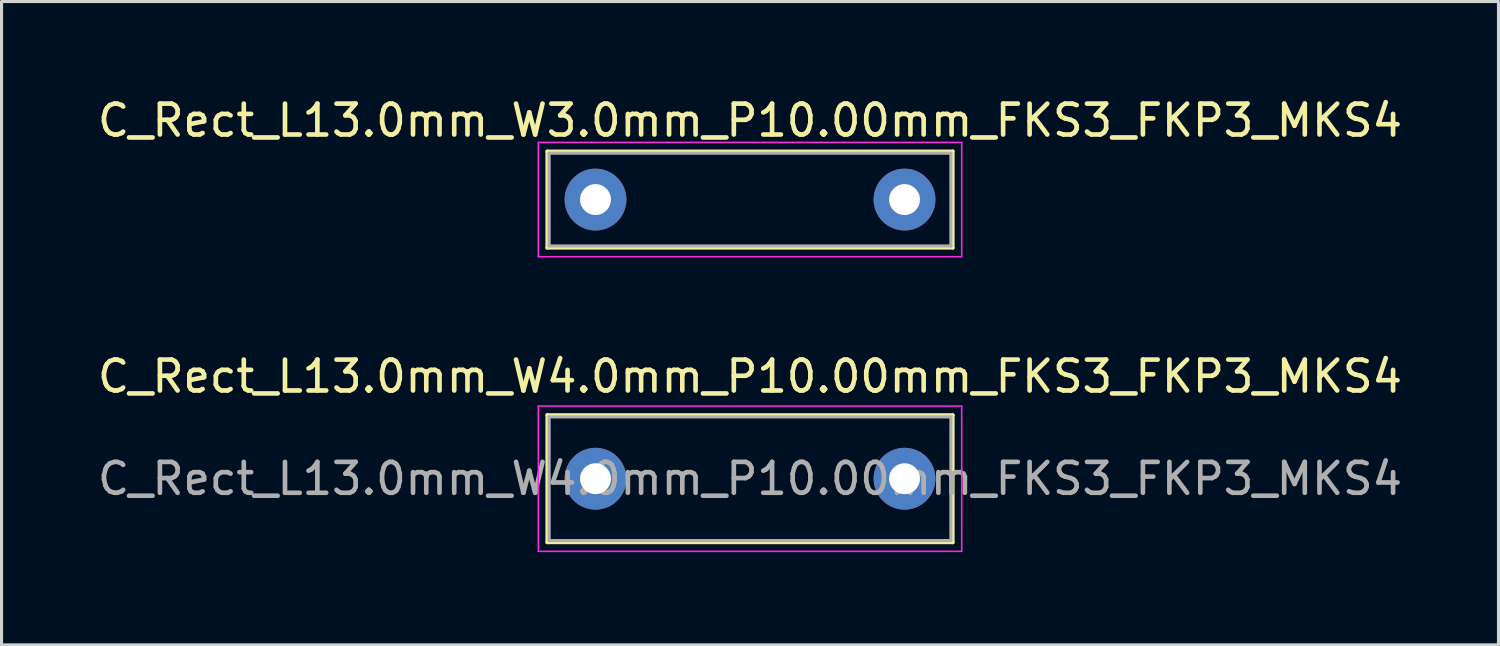
<source format=kicad_pcb>
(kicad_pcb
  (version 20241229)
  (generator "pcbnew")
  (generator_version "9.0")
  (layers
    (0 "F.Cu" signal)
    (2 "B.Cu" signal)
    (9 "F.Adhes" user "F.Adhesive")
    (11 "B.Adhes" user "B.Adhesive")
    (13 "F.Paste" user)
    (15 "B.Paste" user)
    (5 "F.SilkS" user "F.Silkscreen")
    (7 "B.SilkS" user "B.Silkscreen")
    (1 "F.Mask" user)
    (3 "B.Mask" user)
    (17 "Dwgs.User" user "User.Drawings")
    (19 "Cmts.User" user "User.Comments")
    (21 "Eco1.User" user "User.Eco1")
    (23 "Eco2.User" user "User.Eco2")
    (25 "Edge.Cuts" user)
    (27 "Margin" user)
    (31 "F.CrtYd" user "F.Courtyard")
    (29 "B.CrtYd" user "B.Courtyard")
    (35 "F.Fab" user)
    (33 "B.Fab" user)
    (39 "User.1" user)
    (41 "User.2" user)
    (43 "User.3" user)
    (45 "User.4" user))
  (footprint "C_Rect_L13.0mm_W3.0mm_P10.00mm_FKS3_FKP3_MKS4"
    (layer "F.Cu")
    (at 16.22 3.408)
    (property "Reference" "C_Rect_L13.0mm_W3.0mm_P10.00mm_FKS3_FKP3_MKS4" (at 5 -2.56 0) (layer "F.SilkS") (effects (font (size 1 1) (thickness 0.15))))
    (attr through_hole)
    (fp_line (start -1.56 -1.56) (end -1.56 1.56) (stroke (width 0.12) (type solid)) (layer "F.SilkS"))
    (fp_line (start -1.56 -1.56) (end 11.56 -1.56) (stroke (width 0.12) (type solid)) (layer "F.SilkS"))
    (fp_line (start -1.56 1.56) (end 11.56 1.56) (stroke (width 0.12) (type solid)) (layer "F.SilkS"))
    (fp_line (start 11.56 -1.56) (end 11.56 1.56) (stroke (width 0.12) (type solid)) (layer "F.SilkS"))
    (fp_line (start -1.85 -1.85) (end -1.85 1.85) (stroke (width 0.05) (type solid)) (layer "F.CrtYd"))
    (fp_line (start -1.85 1.85) (end 11.85 1.85) (stroke (width 0.05) (type solid)) (layer "F.CrtYd"))
    (fp_line (start 11.85 -1.85) (end -1.85 -1.85) (stroke (width 0.05) (type solid)) (layer "F.CrtYd"))
    (fp_line (start 11.85 1.85) (end 11.85 -1.85) (stroke (width 0.05) (type solid)) (layer "F.CrtYd"))
    (fp_line (start -1.5 -1.5) (end -1.5 1.5) (stroke (width 0.1) (type solid)) (layer "F.Fab"))
    (fp_line (start -1.5 1.5) (end 11.5 1.5) (stroke (width 0.1) (type solid)) (layer "F.Fab"))
    (fp_line (start 11.5 -1.5) (end -1.5 -1.5) (stroke (width 0.1) (type solid)) (layer "F.Fab"))
    (fp_line (start 11.5 1.5) (end 11.5 -1.5) (stroke (width 0.1) (type solid)) (layer "F.Fab"))
    (pad "1" thru_hole circle (at 0 0) (size 2 2) (drill 1) (layers "*.Cu" "*.Mask"))
    (pad "2" thru_hole circle (at 10 0) (size 2 2) (drill 1) (layers "*.Cu" "*.Mask")))
  (footprint "C_Rect_L13.0mm_W4.0mm_P10.00mm_FKS3_FKP3_MKS4"
    (layer "F.Cu")
    (at 16.22 12.441)
    (property "Reference" "C_Rect_L13.0mm_W4.0mm_P10.00mm_FKS3_FKP3_MKS4" (at 5 -3.31 0) (layer "F.SilkS") (effects (font (size 1 1) (thickness 0.15))))
    (attr through_hole)
    (fp_line (start -1.56 -2.06) (end -1.56 2.06) (stroke (width 0.12) (type solid)) (layer "F.SilkS"))
    (fp_line (start -1.56 -2.06) (end 11.56 -2.06) (stroke (width 0.12) (type solid)) (layer "F.SilkS"))
    (fp_line (start -1.56 2.06) (end 11.56 2.06) (stroke (width 0.12) (type solid)) (layer "F.SilkS"))
    (fp_line (start 11.56 -2.06) (end 11.56 2.06) (stroke (width 0.12) (type solid)) (layer "F.SilkS"))
    (fp_line (start -1.85 -2.35) (end -1.85 2.35) (stroke (width 0.05) (type solid)) (layer "F.CrtYd"))
    (fp_line (start -1.85 2.35) (end 11.85 2.35) (stroke (width 0.05) (type solid)) (layer "F.CrtYd"))
    (fp_line (start 11.85 -2.35) (end -1.85 -2.35) (stroke (width 0.05) (type solid)) (layer "F.CrtYd"))
    (fp_line (start 11.85 2.35) (end 11.85 -2.35) (stroke (width 0.05) (type solid)) (layer "F.CrtYd"))
    (fp_line (start -1.5 -2) (end -1.5 2) (stroke (width 0.1) (type solid)) (layer "F.Fab"))
    (fp_line (start -1.5 2) (end 11.5 2) (stroke (width 0.1) (type solid)) (layer "F.Fab"))
    (fp_line (start 11.5 -2) (end -1.5 -2) (stroke (width 0.1) (type solid)) (layer "F.Fab"))
    (fp_line (start 11.5 2) (end 11.5 -2) (stroke (width 0.1) (type solid)) (layer "F.Fab"))
    (fp_text user "${REFERENCE}" (at 5 0 0) (layer "F.Fab") (effects (font (size 1 1) (thickness 0.15))))
    (pad "1" thru_hole circle (at 0 0) (size 2 2) (drill 1) (layers "*.Cu" "*.Mask"))
    (pad "2" thru_hole circle (at 10 0) (size 2 2) (drill 1) (layers "*.Cu" "*.Mask")))
  (gr_rect
    (start -3 -3)
    (end 45.44 17.817)
    (stroke (width 0.1) (type default))
    (fill no)
    (layer "Edge.Cuts")))
</source>
